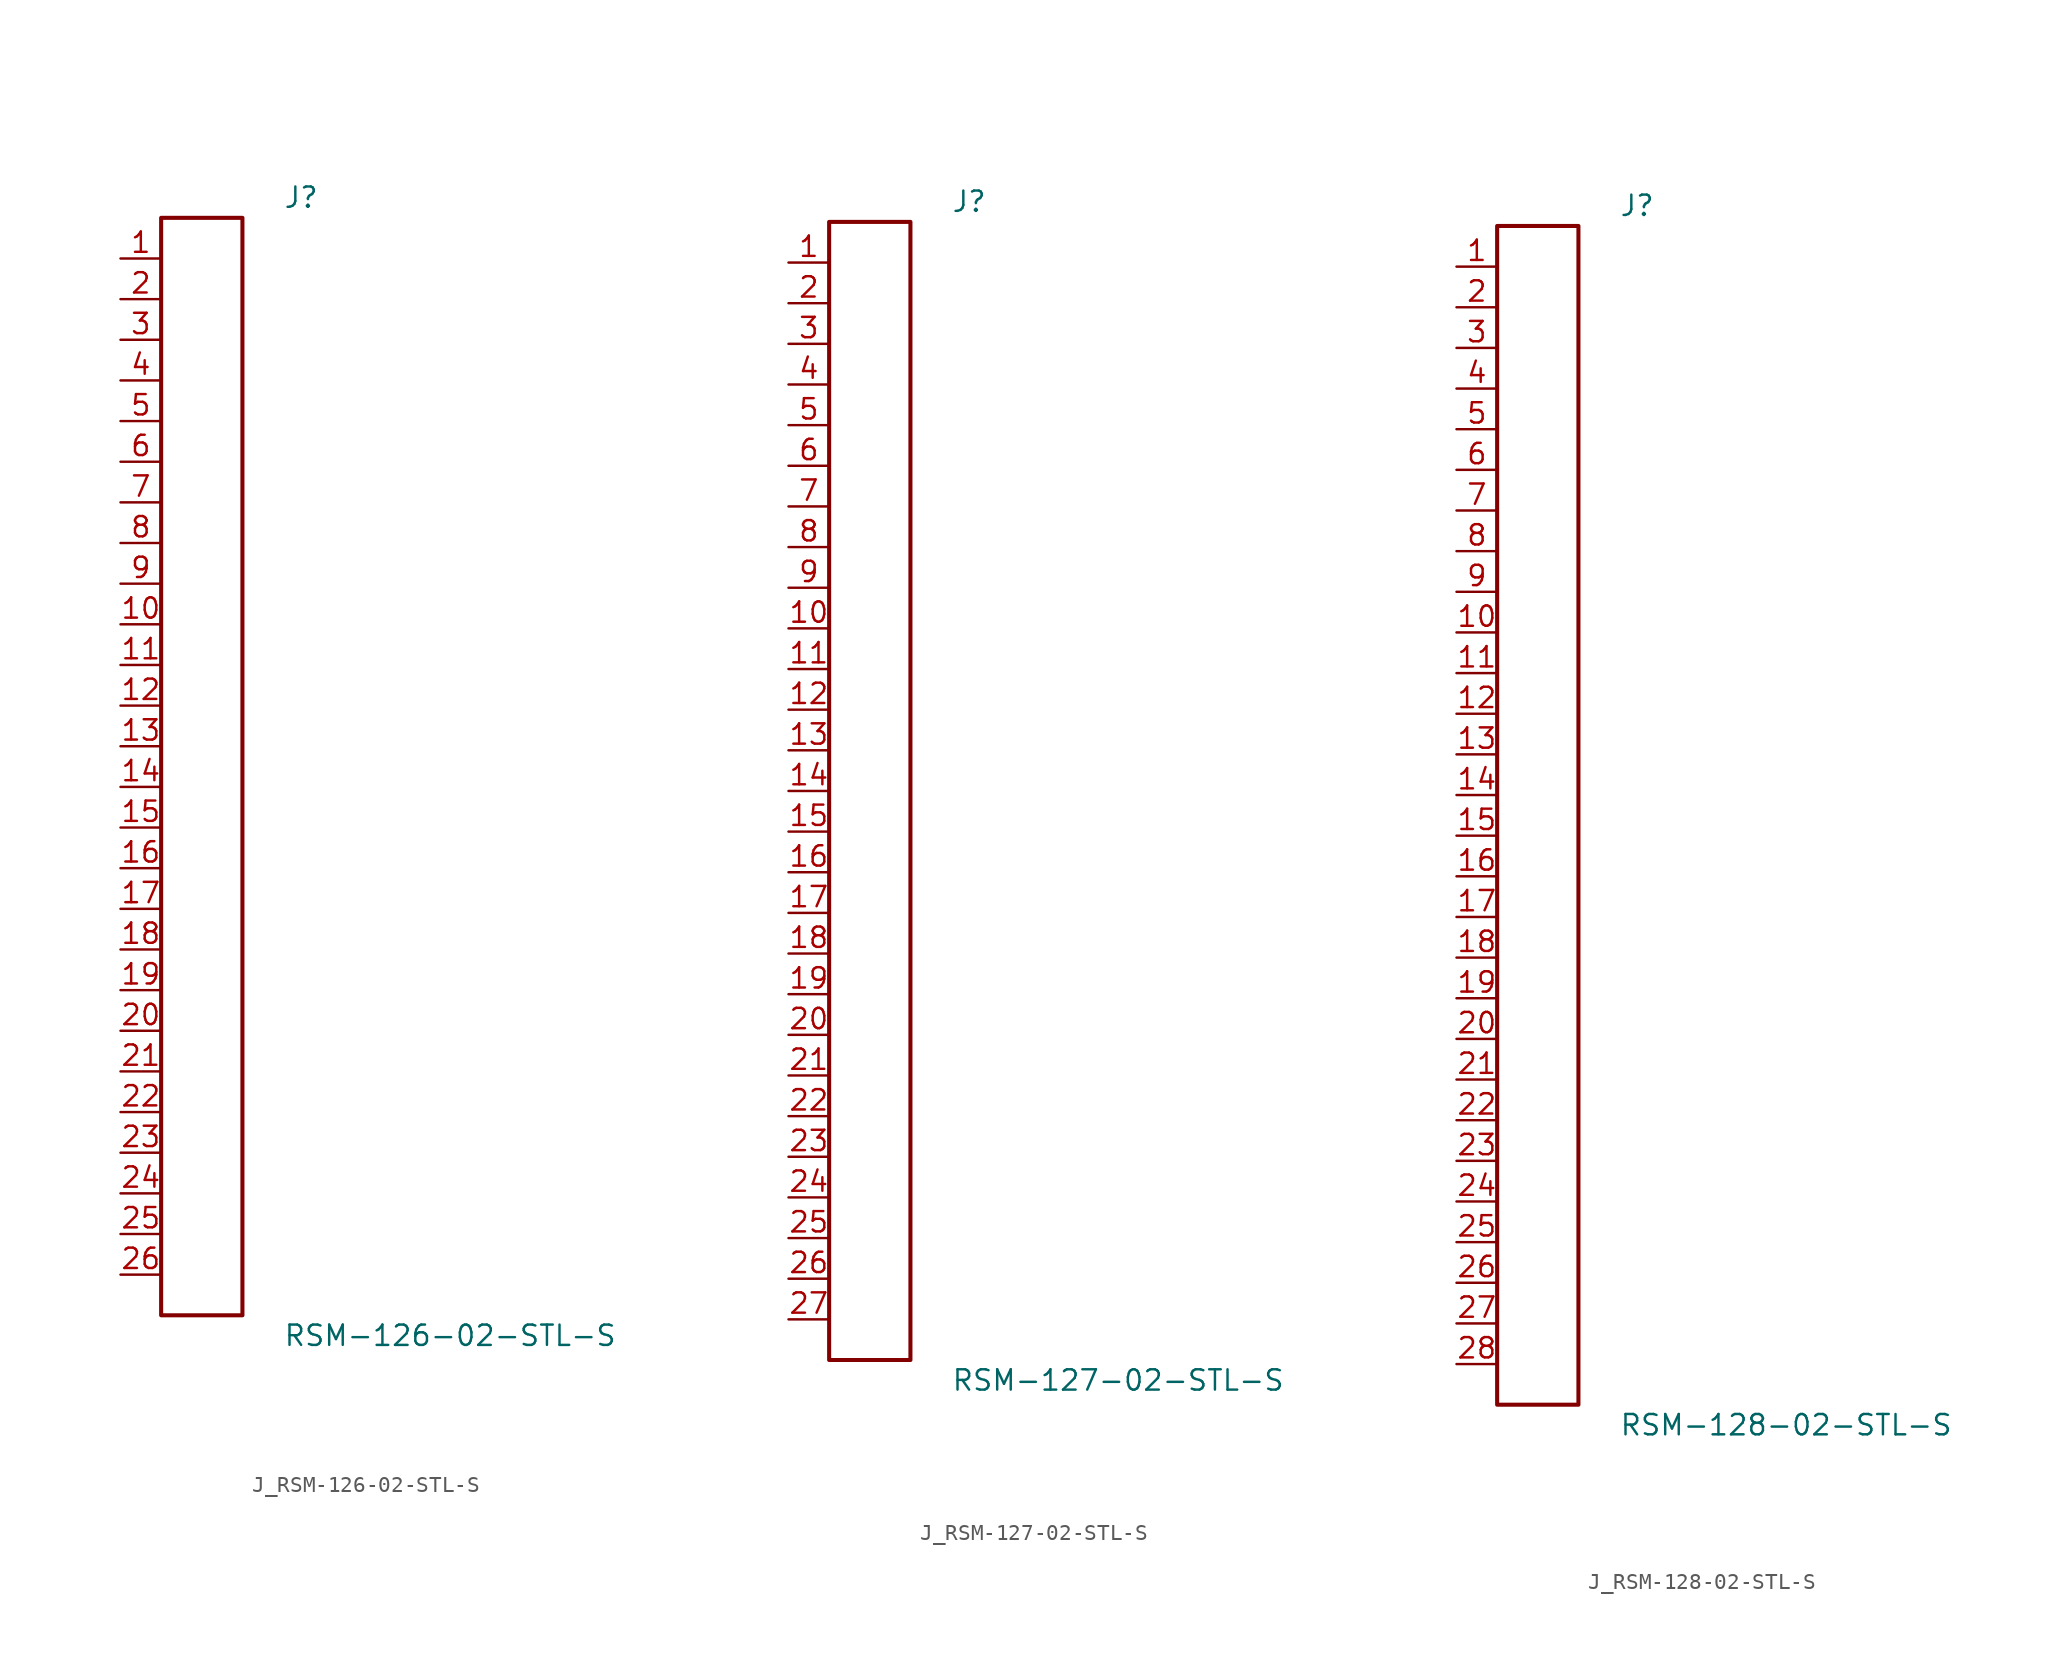
<source format=kicad_sym>
(kicad_symbol_lib
  (version 20231120)
  (generator kicad_symbol_editor)
  (generator_version 8.0)
  (symbol "J_RSM-126-02-STL-S"
    (pin_names
      (offset 0.254))
    (property "Reference" "J"
      (at 5.08 35.56 0)
      (effects (font (size 1.27 1.27)) (justify left)))
    (property "Value" "RSM-126-02-STL-S"
      (at 5.08 -35.56 0)
      (effects (font (size 1.27 1.27)) (justify left)))
    (symbol "J_RSM-126-02-STL-S_0_0"
      (pin passive line (at -5.08 31.75 0) (length 2.54) (name "" (effects (font (size 1.27 1.27)))) (number "1" (effects (font (size 1.27 1.27)))))
      (pin passive line (at -5.08 29.21 0) (length 2.54) (name "" (effects (font (size 1.27 1.27)))) (number "2" (effects (font (size 1.27 1.27)))))
      (pin passive line (at -5.08 26.67 0) (length 2.54) (name "" (effects (font (size 1.27 1.27)))) (number "3" (effects (font (size 1.27 1.27)))))
      (pin passive line (at -5.08 24.13 0) (length 2.54) (name "" (effects (font (size 1.27 1.27)))) (number "4" (effects (font (size 1.27 1.27)))))
      (pin passive line (at -5.08 21.59 0) (length 2.54) (name "" (effects (font (size 1.27 1.27)))) (number "5" (effects (font (size 1.27 1.27)))))
      (pin passive line (at -5.08 19.05 0) (length 2.54) (name "" (effects (font (size 1.27 1.27)))) (number "6" (effects (font (size 1.27 1.27)))))
      (pin passive line (at -5.08 16.51 0) (length 2.54) (name "" (effects (font (size 1.27 1.27)))) (number "7" (effects (font (size 1.27 1.27)))))
      (pin passive line (at -5.08 13.97 0) (length 2.54) (name "" (effects (font (size 1.27 1.27)))) (number "8" (effects (font (size 1.27 1.27)))))
      (pin passive line (at -5.08 11.43 0) (length 2.54) (name "" (effects (font (size 1.27 1.27)))) (number "9" (effects (font (size 1.27 1.27)))))
      (pin passive line (at -5.08 8.89 0) (length 2.54) (name "" (effects (font (size 1.27 1.27)))) (number "10" (effects (font (size 1.27 1.27)))))
      (pin passive line (at -5.08 6.35 0) (length 2.54) (name "" (effects (font (size 1.27 1.27)))) (number "11" (effects (font (size 1.27 1.27)))))
      (pin passive line (at -5.08 3.81 0) (length 2.54) (name "" (effects (font (size 1.27 1.27)))) (number "12" (effects (font (size 1.27 1.27)))))
      (pin passive line (at -5.08 1.27 0) (length 2.54) (name "" (effects (font (size 1.27 1.27)))) (number "13" (effects (font (size 1.27 1.27)))))
      (pin passive line (at -5.08 -1.27 0) (length 2.54) (name "" (effects (font (size 1.27 1.27)))) (number "14" (effects (font (size 1.27 1.27)))))
      (pin passive line (at -5.08 -3.81 0) (length 2.54) (name "" (effects (font (size 1.27 1.27)))) (number "15" (effects (font (size 1.27 1.27)))))
      (pin passive line (at -5.08 -6.35 0) (length 2.54) (name "" (effects (font (size 1.27 1.27)))) (number "16" (effects (font (size 1.27 1.27)))))
      (pin passive line (at -5.08 -8.89 0) (length 2.54) (name "" (effects (font (size 1.27 1.27)))) (number "17" (effects (font (size 1.27 1.27)))))
      (pin passive line (at -5.08 -11.43 0) (length 2.54) (name "" (effects (font (size 1.27 1.27)))) (number "18" (effects (font (size 1.27 1.27)))))
      (pin passive line (at -5.08 -13.97 0) (length 2.54) (name "" (effects (font (size 1.27 1.27)))) (number "19" (effects (font (size 1.27 1.27)))))
      (pin passive line (at -5.08 -16.51 0) (length 2.54) (name "" (effects (font (size 1.27 1.27)))) (number "20" (effects (font (size 1.27 1.27)))))
      (pin passive line (at -5.08 -19.05 0) (length 2.54) (name "" (effects (font (size 1.27 1.27)))) (number "21" (effects (font (size 1.27 1.27)))))
      (pin passive line (at -5.08 -21.59 0) (length 2.54) (name "" (effects (font (size 1.27 1.27)))) (number "22" (effects (font (size 1.27 1.27)))))
      (pin passive line (at -5.08 -24.13 0) (length 2.54) (name "" (effects (font (size 1.27 1.27)))) (number "23" (effects (font (size 1.27 1.27)))))
      (pin passive line (at -5.08 -26.67 0) (length 2.54) (name "" (effects (font (size 1.27 1.27)))) (number "24" (effects (font (size 1.27 1.27)))))
      (pin passive line (at -5.08 -29.21 0) (length 2.54) (name "" (effects (font (size 1.27 1.27)))) (number "25" (effects (font (size 1.27 1.27)))))
      (pin passive line (at -5.08 -31.75 0) (length 2.54) (name "" (effects (font (size 1.27 1.27)))) (number "26" (effects (font (size 1.27 1.27))))))
    (symbol "J_RSM-126-02-STL-S_1_0"
      (rectangle (start -2.54 34.29) (end 2.54 -34.29) (stroke (width 0.254) (type solid)) (fill (type none)))))
  (symbol "J_RSM-127-02-STL-S"
    (pin_names
      (offset 0.254))
    (property "Reference" "J"
      (at 5.08 36.83 0)
      (effects (font (size 1.27 1.27)) (justify left)))
    (property "Value" "RSM-127-02-STL-S"
      (at 5.08 -36.83 0)
      (effects (font (size 1.27 1.27)) (justify left)))
    (symbol "J_RSM-127-02-STL-S_0_0"
      (pin passive line (at -5.08 33.02 0) (length 2.54) (name "" (effects (font (size 1.27 1.27)))) (number "1" (effects (font (size 1.27 1.27)))))
      (pin passive line (at -5.08 30.48 0) (length 2.54) (name "" (effects (font (size 1.27 1.27)))) (number "2" (effects (font (size 1.27 1.27)))))
      (pin passive line (at -5.08 27.94 0) (length 2.54) (name "" (effects (font (size 1.27 1.27)))) (number "3" (effects (font (size 1.27 1.27)))))
      (pin passive line (at -5.08 25.4 0) (length 2.54) (name "" (effects (font (size 1.27 1.27)))) (number "4" (effects (font (size 1.27 1.27)))))
      (pin passive line (at -5.08 22.86 0) (length 2.54) (name "" (effects (font (size 1.27 1.27)))) (number "5" (effects (font (size 1.27 1.27)))))
      (pin passive line (at -5.08 20.32 0) (length 2.54) (name "" (effects (font (size 1.27 1.27)))) (number "6" (effects (font (size 1.27 1.27)))))
      (pin passive line (at -5.08 17.78 0) (length 2.54) (name "" (effects (font (size 1.27 1.27)))) (number "7" (effects (font (size 1.27 1.27)))))
      (pin passive line (at -5.08 15.24 0) (length 2.54) (name "" (effects (font (size 1.27 1.27)))) (number "8" (effects (font (size 1.27 1.27)))))
      (pin passive line (at -5.08 12.7 0) (length 2.54) (name "" (effects (font (size 1.27 1.27)))) (number "9" (effects (font (size 1.27 1.27)))))
      (pin passive line (at -5.08 10.16 0) (length 2.54) (name "" (effects (font (size 1.27 1.27)))) (number "10" (effects (font (size 1.27 1.27)))))
      (pin passive line (at -5.08 7.62 0) (length 2.54) (name "" (effects (font (size 1.27 1.27)))) (number "11" (effects (font (size 1.27 1.27)))))
      (pin passive line (at -5.08 5.08 0) (length 2.54) (name "" (effects (font (size 1.27 1.27)))) (number "12" (effects (font (size 1.27 1.27)))))
      (pin passive line (at -5.08 2.54 0) (length 2.54) (name "" (effects (font (size 1.27 1.27)))) (number "13" (effects (font (size 1.27 1.27)))))
      (pin passive line (at -5.08 0.0 0) (length 2.54) (name "" (effects (font (size 1.27 1.27)))) (number "14" (effects (font (size 1.27 1.27)))))
      (pin passive line (at -5.08 -2.54 0) (length 2.54) (name "" (effects (font (size 1.27 1.27)))) (number "15" (effects (font (size 1.27 1.27)))))
      (pin passive line (at -5.08 -5.08 0) (length 2.54) (name "" (effects (font (size 1.27 1.27)))) (number "16" (effects (font (size 1.27 1.27)))))
      (pin passive line (at -5.08 -7.62 0) (length 2.54) (name "" (effects (font (size 1.27 1.27)))) (number "17" (effects (font (size 1.27 1.27)))))
      (pin passive line (at -5.08 -10.16 0) (length 2.54) (name "" (effects (font (size 1.27 1.27)))) (number "18" (effects (font (size 1.27 1.27)))))
      (pin passive line (at -5.08 -12.7 0) (length 2.54) (name "" (effects (font (size 1.27 1.27)))) (number "19" (effects (font (size 1.27 1.27)))))
      (pin passive line (at -5.08 -15.24 0) (length 2.54) (name "" (effects (font (size 1.27 1.27)))) (number "20" (effects (font (size 1.27 1.27)))))
      (pin passive line (at -5.08 -17.78 0) (length 2.54) (name "" (effects (font (size 1.27 1.27)))) (number "21" (effects (font (size 1.27 1.27)))))
      (pin passive line (at -5.08 -20.32 0) (length 2.54) (name "" (effects (font (size 1.27 1.27)))) (number "22" (effects (font (size 1.27 1.27)))))
      (pin passive line (at -5.08 -22.86 0) (length 2.54) (name "" (effects (font (size 1.27 1.27)))) (number "23" (effects (font (size 1.27 1.27)))))
      (pin passive line (at -5.08 -25.4 0) (length 2.54) (name "" (effects (font (size 1.27 1.27)))) (number "24" (effects (font (size 1.27 1.27)))))
      (pin passive line (at -5.08 -27.94 0) (length 2.54) (name "" (effects (font (size 1.27 1.27)))) (number "25" (effects (font (size 1.27 1.27)))))
      (pin passive line (at -5.08 -30.48 0) (length 2.54) (name "" (effects (font (size 1.27 1.27)))) (number "26" (effects (font (size 1.27 1.27)))))
      (pin passive line (at -5.08 -33.02 0) (length 2.54) (name "" (effects (font (size 1.27 1.27)))) (number "27" (effects (font (size 1.27 1.27))))))
    (symbol "J_RSM-127-02-STL-S_1_0"
      (rectangle (start -2.54 35.56) (end 2.54 -35.56) (stroke (width 0.254) (type solid)) (fill (type none)))))
  (symbol "J_RSM-128-02-STL-S"
    (pin_names
      (offset 0.254))
    (property "Reference" "J"
      (at 5.08 38.1 0)
      (effects (font (size 1.27 1.27)) (justify left)))
    (property "Value" "RSM-128-02-STL-S"
      (at 5.08 -38.1 0)
      (effects (font (size 1.27 1.27)) (justify left)))
    (symbol "J_RSM-128-02-STL-S_0_0"
      (pin passive line (at -5.08 34.29 0) (length 2.54) (name "" (effects (font (size 1.27 1.27)))) (number "1" (effects (font (size 1.27 1.27)))))
      (pin passive line (at -5.08 31.75 0) (length 2.54) (name "" (effects (font (size 1.27 1.27)))) (number "2" (effects (font (size 1.27 1.27)))))
      (pin passive line (at -5.08 29.21 0) (length 2.54) (name "" (effects (font (size 1.27 1.27)))) (number "3" (effects (font (size 1.27 1.27)))))
      (pin passive line (at -5.08 26.67 0) (length 2.54) (name "" (effects (font (size 1.27 1.27)))) (number "4" (effects (font (size 1.27 1.27)))))
      (pin passive line (at -5.08 24.13 0) (length 2.54) (name "" (effects (font (size 1.27 1.27)))) (number "5" (effects (font (size 1.27 1.27)))))
      (pin passive line (at -5.08 21.59 0) (length 2.54) (name "" (effects (font (size 1.27 1.27)))) (number "6" (effects (font (size 1.27 1.27)))))
      (pin passive line (at -5.08 19.05 0) (length 2.54) (name "" (effects (font (size 1.27 1.27)))) (number "7" (effects (font (size 1.27 1.27)))))
      (pin passive line (at -5.08 16.51 0) (length 2.54) (name "" (effects (font (size 1.27 1.27)))) (number "8" (effects (font (size 1.27 1.27)))))
      (pin passive line (at -5.08 13.97 0) (length 2.54) (name "" (effects (font (size 1.27 1.27)))) (number "9" (effects (font (size 1.27 1.27)))))
      (pin passive line (at -5.08 11.43 0) (length 2.54) (name "" (effects (font (size 1.27 1.27)))) (number "10" (effects (font (size 1.27 1.27)))))
      (pin passive line (at -5.08 8.89 0) (length 2.54) (name "" (effects (font (size 1.27 1.27)))) (number "11" (effects (font (size 1.27 1.27)))))
      (pin passive line (at -5.08 6.35 0) (length 2.54) (name "" (effects (font (size 1.27 1.27)))) (number "12" (effects (font (size 1.27 1.27)))))
      (pin passive line (at -5.08 3.81 0) (length 2.54) (name "" (effects (font (size 1.27 1.27)))) (number "13" (effects (font (size 1.27 1.27)))))
      (pin passive line (at -5.08 1.27 0) (length 2.54) (name "" (effects (font (size 1.27 1.27)))) (number "14" (effects (font (size 1.27 1.27)))))
      (pin passive line (at -5.08 -1.27 0) (length 2.54) (name "" (effects (font (size 1.27 1.27)))) (number "15" (effects (font (size 1.27 1.27)))))
      (pin passive line (at -5.08 -3.81 0) (length 2.54) (name "" (effects (font (size 1.27 1.27)))) (number "16" (effects (font (size 1.27 1.27)))))
      (pin passive line (at -5.08 -6.35 0) (length 2.54) (name "" (effects (font (size 1.27 1.27)))) (number "17" (effects (font (size 1.27 1.27)))))
      (pin passive line (at -5.08 -8.89 0) (length 2.54) (name "" (effects (font (size 1.27 1.27)))) (number "18" (effects (font (size 1.27 1.27)))))
      (pin passive line (at -5.08 -11.43 0) (length 2.54) (name "" (effects (font (size 1.27 1.27)))) (number "19" (effects (font (size 1.27 1.27)))))
      (pin passive line (at -5.08 -13.97 0) (length 2.54) (name "" (effects (font (size 1.27 1.27)))) (number "20" (effects (font (size 1.27 1.27)))))
      (pin passive line (at -5.08 -16.51 0) (length 2.54) (name "" (effects (font (size 1.27 1.27)))) (number "21" (effects (font (size 1.27 1.27)))))
      (pin passive line (at -5.08 -19.05 0) (length 2.54) (name "" (effects (font (size 1.27 1.27)))) (number "22" (effects (font (size 1.27 1.27)))))
      (pin passive line (at -5.08 -21.59 0) (length 2.54) (name "" (effects (font (size 1.27 1.27)))) (number "23" (effects (font (size 1.27 1.27)))))
      (pin passive line (at -5.08 -24.13 0) (length 2.54) (name "" (effects (font (size 1.27 1.27)))) (number "24" (effects (font (size 1.27 1.27)))))
      (pin passive line (at -5.08 -26.67 0) (length 2.54) (name "" (effects (font (size 1.27 1.27)))) (number "25" (effects (font (size 1.27 1.27)))))
      (pin passive line (at -5.08 -29.21 0) (length 2.54) (name "" (effects (font (size 1.27 1.27)))) (number "26" (effects (font (size 1.27 1.27)))))
      (pin passive line (at -5.08 -31.75 0) (length 2.54) (name "" (effects (font (size 1.27 1.27)))) (number "27" (effects (font (size 1.27 1.27)))))
      (pin passive line (at -5.08 -34.29 0) (length 2.54) (name "" (effects (font (size 1.27 1.27)))) (number "28" (effects (font (size 1.27 1.27))))))
    (symbol "J_RSM-128-02-STL-S_1_0"
      (rectangle (start -2.54 36.83) (end 2.54 -36.83) (stroke (width 0.254) (type solid)) (fill (type none))))))
</source>
